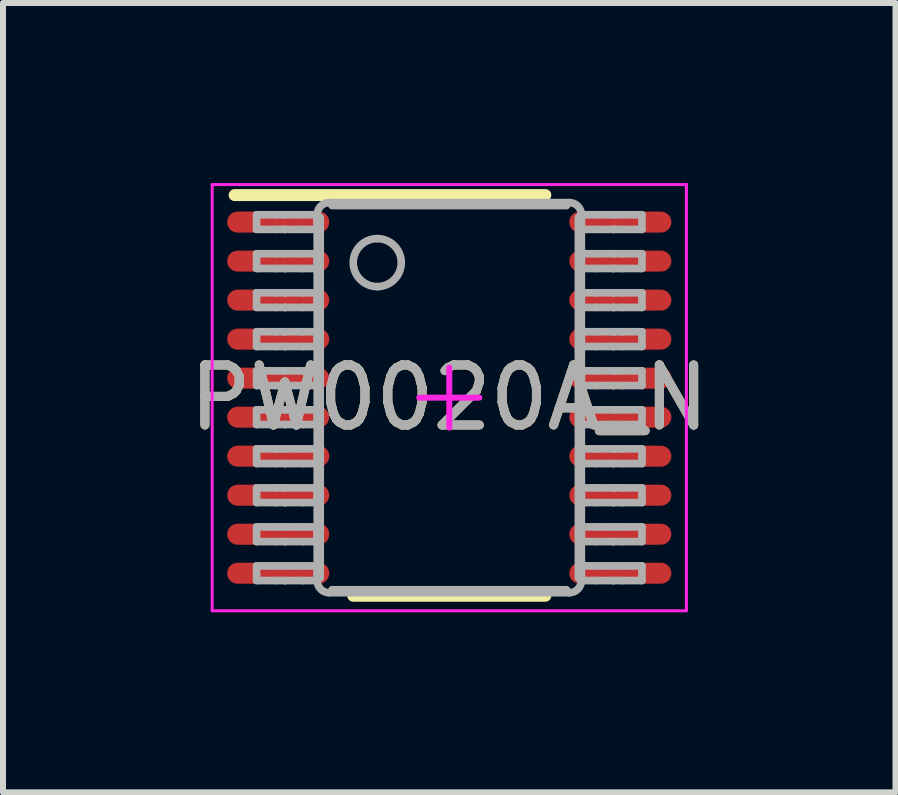
<source format=kicad_pcb>
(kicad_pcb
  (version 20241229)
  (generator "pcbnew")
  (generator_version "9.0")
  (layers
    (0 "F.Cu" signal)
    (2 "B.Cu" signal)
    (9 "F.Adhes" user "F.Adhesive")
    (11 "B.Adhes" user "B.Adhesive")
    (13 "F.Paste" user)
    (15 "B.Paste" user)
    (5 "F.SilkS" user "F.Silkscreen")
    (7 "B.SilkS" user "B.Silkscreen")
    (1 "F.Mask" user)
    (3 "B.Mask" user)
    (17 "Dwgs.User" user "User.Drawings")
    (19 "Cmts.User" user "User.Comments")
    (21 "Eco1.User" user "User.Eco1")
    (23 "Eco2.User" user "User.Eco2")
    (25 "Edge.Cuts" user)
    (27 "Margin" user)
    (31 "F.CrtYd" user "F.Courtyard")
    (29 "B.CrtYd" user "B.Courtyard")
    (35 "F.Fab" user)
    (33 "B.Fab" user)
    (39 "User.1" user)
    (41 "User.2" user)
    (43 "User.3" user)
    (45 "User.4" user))
  (footprint "PW0020A_N"
    (layer "F.Cu")
    (at 4.435 3.575)
    (property "Reference" "PW0020A_N" (at 0 0 0) (unlocked yes) (layer "F.SilkS") (effects (font (size 1 1) (thickness 0.15))))
    (attr smd)
    (fp_line (start -3.575 -3.375) (end 1.6 -3.375) (stroke (width 0.2) (type solid)) (layer "F.SilkS"))
    (fp_line (start -1.6 3.3) (end 1.6 3.3) (stroke (width 0.2) (type solid)) (layer "F.SilkS"))
    (fp_line (start -3.95 -3.55) (end 3.95 -3.55) (stroke (width 0.05) (type solid)) (layer "F.CrtYd"))
    (fp_line (start -3.95 3.55) (end -3.95 -3.55) (stroke (width 0.05) (type solid)) (layer "F.CrtYd"))
    (fp_line (start -3.95 3.55) (end 3.95 3.55) (stroke (width 0.05) (type solid)) (layer "F.CrtYd"))
    (fp_line (start -0.5 0) (end 0.5 0) (stroke (width 0.1) (type solid)) (layer "F.CrtYd"))
    (fp_line (start 0 0.5) (end 0 -0.5) (stroke (width 0.1) (type solid)) (layer "F.CrtYd"))
    (fp_line (start 3.95 3.55) (end 3.95 -3.55) (stroke (width 0.05) (type solid)) (layer "F.CrtYd"))
    (fp_line (start -3.21 -3.047) (end -2.887 -3.047) (stroke (width 0.127) (type solid)) (layer "F.Fab"))
    (fp_line (start -3.21 -2.803) (end -3.21 -3.047) (stroke (width 0.127) (type solid)) (layer "F.Fab"))
    (fp_line (start -3.21 -2.803) (end -2.887 -2.803) (stroke (width 0.127) (type solid)) (layer "F.Fab"))
    (fp_line (start -3.21 -2.398) (end -2.887 -2.398) (stroke (width 0.127) (type solid)) (layer "F.Fab"))
    (fp_line (start -3.21 -2.152) (end -3.21 -2.398) (stroke (width 0.127) (type solid)) (layer "F.Fab"))
    (fp_line (start -3.21 -2.152) (end -2.887 -2.152) (stroke (width 0.127) (type solid)) (layer "F.Fab"))
    (fp_line (start -3.21 -1.747) (end -2.887 -1.747) (stroke (width 0.127) (type solid)) (layer "F.Fab"))
    (fp_line (start -3.21 -1.503) (end -3.21 -1.747) (stroke (width 0.127) (type solid)) (layer "F.Fab"))
    (fp_line (start -3.21 -1.503) (end -2.887 -1.503) (stroke (width 0.127) (type solid)) (layer "F.Fab"))
    (fp_line (start -3.21 -1.098) (end -2.887 -1.098) (stroke (width 0.127) (type solid)) (layer "F.Fab"))
    (fp_line (start -3.21 -0.852) (end -3.21 -1.098) (stroke (width 0.127) (type solid)) (layer "F.Fab"))
    (fp_line (start -3.21 -0.852) (end -2.887 -0.852) (stroke (width 0.127) (type solid)) (layer "F.Fab"))
    (fp_line (start -3.21 -0.447) (end -2.887 -0.447) (stroke (width 0.127) (type solid)) (layer "F.Fab"))
    (fp_line (start -3.21 -0.202) (end -3.21 -0.447) (stroke (width 0.127) (type solid)) (layer "F.Fab"))
    (fp_line (start -3.21 -0.202) (end -2.887 -0.202) (stroke (width 0.127) (type solid)) (layer "F.Fab"))
    (fp_line (start -3.21 0.202) (end -2.887 0.202) (stroke (width 0.127) (type solid)) (layer "F.Fab"))
    (fp_line (start -3.21 0.448) (end -3.21 0.202) (stroke (width 0.127) (type solid)) (layer "F.Fab"))
    (fp_line (start -3.21 0.448) (end -2.887 0.448) (stroke (width 0.127) (type solid)) (layer "F.Fab"))
    (fp_line (start -3.21 0.853) (end -2.887 0.853) (stroke (width 0.127) (type solid)) (layer "F.Fab"))
    (fp_line (start -3.21 1.098) (end -3.21 0.853) (stroke (width 0.127) (type solid)) (layer "F.Fab"))
    (fp_line (start -3.21 1.098) (end -2.887 1.098) (stroke (width 0.127) (type solid)) (layer "F.Fab"))
    (fp_line (start -3.21 1.503) (end -2.887 1.503) (stroke (width 0.127) (type solid)) (layer "F.Fab"))
    (fp_line (start -3.21 1.748) (end -3.21 1.503) (stroke (width 0.127) (type solid)) (layer "F.Fab"))
    (fp_line (start -3.21 1.748) (end -2.887 1.748) (stroke (width 0.127) (type solid)) (layer "F.Fab"))
    (fp_line (start -3.21 2.153) (end -2.887 2.153) (stroke (width 0.127) (type solid)) (layer "F.Fab"))
    (fp_line (start -3.21 2.398) (end -3.21 2.153) (stroke (width 0.127) (type solid)) (layer "F.Fab"))
    (fp_line (start -3.21 2.398) (end -2.887 2.398) (stroke (width 0.127) (type solid)) (layer "F.Fab"))
    (fp_line (start -3.21 2.803) (end -2.887 2.803) (stroke (width 0.127) (type solid)) (layer "F.Fab"))
    (fp_line (start -3.21 3.047) (end -3.21 2.803) (stroke (width 0.127) (type solid)) (layer "F.Fab"))
    (fp_line (start -3.21 3.047) (end -2.887 3.047) (stroke (width 0.127) (type solid)) (layer "F.Fab"))
    (fp_line (start -2.887 -3.047) (end -2.739 -3.047) (stroke (width 0.127) (type solid)) (layer "F.Fab"))
    (fp_line (start -2.887 -2.803) (end -2.739 -2.803) (stroke (width 0.127) (type solid)) (layer "F.Fab"))
    (fp_line (start -2.887 -2.398) (end -2.739 -2.398) (stroke (width 0.127) (type solid)) (layer "F.Fab"))
    (fp_line (start -2.887 -2.152) (end -2.739 -2.152) (stroke (width 0.127) (type solid)) (layer "F.Fab"))
    (fp_line (start -2.887 -1.747) (end -2.739 -1.747) (stroke (width 0.127) (type solid)) (layer "F.Fab"))
    (fp_line (start -2.887 -1.503) (end -2.739 -1.503) (stroke (width 0.127) (type solid)) (layer "F.Fab"))
    (fp_line (start -2.887 -1.098) (end -2.739 -1.098) (stroke (width 0.127) (type solid)) (layer "F.Fab"))
    (fp_line (start -2.887 -0.852) (end -2.739 -0.852) (stroke (width 0.127) (type solid)) (layer "F.Fab"))
    (fp_line (start -2.887 -0.447) (end -2.739 -0.447) (stroke (width 0.127) (type solid)) (layer "F.Fab"))
    (fp_line (start -2.887 -0.202) (end -2.739 -0.202) (stroke (width 0.127) (type solid)) (layer "F.Fab"))
    (fp_line (start -2.887 0.202) (end -2.739 0.202) (stroke (width 0.127) (type solid)) (layer "F.Fab"))
    (fp_line (start -2.887 0.448) (end -2.739 0.448) (stroke (width 0.127) (type solid)) (layer "F.Fab"))
    (fp_line (start -2.887 0.853) (end -2.739 0.853) (stroke (width 0.127) (type solid)) (layer "F.Fab"))
    (fp_line (start -2.887 1.098) (end -2.739 1.098) (stroke (width 0.127) (type solid)) (layer "F.Fab"))
    (fp_line (start -2.887 1.503) (end -2.739 1.503) (stroke (width 0.127) (type solid)) (layer "F.Fab"))
    (fp_line (start -2.887 1.748) (end -2.739 1.748) (stroke (width 0.127) (type solid)) (layer "F.Fab"))
    (fp_line (start -2.887 2.153) (end -2.739 2.153) (stroke (width 0.127) (type solid)) (layer "F.Fab"))
    (fp_line (start -2.887 2.398) (end -2.739 2.398) (stroke (width 0.127) (type solid)) (layer "F.Fab"))
    (fp_line (start -2.887 2.803) (end -2.739 2.803) (stroke (width 0.127) (type solid)) (layer "F.Fab"))
    (fp_line (start -2.887 3.047) (end -2.739 3.047) (stroke (width 0.127) (type solid)) (layer "F.Fab"))
    (fp_line (start -2.739 -3.047) (end -2.733 -3.047) (stroke (width 0.127) (type solid)) (layer "F.Fab"))
    (fp_line (start -2.739 -2.803) (end -2.733 -2.803) (stroke (width 0.127) (type solid)) (layer "F.Fab"))
    (fp_line (start -2.739 -2.398) (end -2.733 -2.398) (stroke (width 0.127) (type solid)) (layer "F.Fab"))
    (fp_line (start -2.739 -2.152) (end -2.733 -2.152) (stroke (width 0.127) (type solid)) (layer "F.Fab"))
    (fp_line (start -2.739 -1.747) (end -2.733 -1.747) (stroke (width 0.127) (type solid)) (layer "F.Fab"))
    (fp_line (start -2.739 -1.503) (end -2.733 -1.503) (stroke (width 0.127) (type solid)) (layer "F.Fab"))
    (fp_line (start -2.739 -1.098) (end -2.733 -1.098) (stroke (width 0.127) (type solid)) (layer "F.Fab"))
    (fp_line (start -2.739 -0.852) (end -2.733 -0.852) (stroke (width 0.127) (type solid)) (layer "F.Fab"))
    (fp_line (start -2.739 -0.447) (end -2.733 -0.447) (stroke (width 0.127) (type solid)) (layer "F.Fab"))
    (fp_line (start -2.739 -0.202) (end -2.733 -0.202) (stroke (width 0.127) (type solid)) (layer "F.Fab"))
    (fp_line (start -2.739 0.202) (end -2.733 0.202) (stroke (width 0.127) (type solid)) (layer "F.Fab"))
    (fp_line (start -2.739 0.448) (end -2.733 0.448) (stroke (width 0.127) (type solid)) (layer "F.Fab"))
    (fp_line (start -2.739 0.853) (end -2.733 0.853) (stroke (width 0.127) (type solid)) (layer "F.Fab"))
    (fp_line (start -2.739 1.098) (end -2.733 1.098) (stroke (width 0.127) (type solid)) (layer "F.Fab"))
    (fp_line (start -2.739 1.503) (end -2.733 1.503) (stroke (width 0.127) (type solid)) (layer "F.Fab"))
    (fp_line (start -2.739 1.748) (end -2.733 1.748) (stroke (width 0.127) (type solid)) (layer "F.Fab"))
    (fp_line (start -2.739 2.153) (end -2.733 2.153) (stroke (width 0.127) (type solid)) (layer "F.Fab"))
    (fp_line (start -2.739 2.398) (end -2.733 2.398) (stroke (width 0.127) (type solid)) (layer "F.Fab"))
    (fp_line (start -2.739 2.803) (end -2.733 2.803) (stroke (width 0.127) (type solid)) (layer "F.Fab"))
    (fp_line (start -2.739 3.047) (end -2.733 3.047) (stroke (width 0.127) (type solid)) (layer "F.Fab"))
    (fp_line (start -2.733 -3.047) (end -2.431 -3.047) (stroke (width 0.127) (type solid)) (layer "F.Fab"))
    (fp_line (start -2.733 -2.803) (end -2.431 -2.803) (stroke (width 0.127) (type solid)) (layer "F.Fab"))
    (fp_line (start -2.733 -2.398) (end -2.431 -2.398) (stroke (width 0.127) (type solid)) (layer "F.Fab"))
    (fp_line (start -2.733 -2.152) (end -2.431 -2.152) (stroke (width 0.127) (type solid)) (layer "F.Fab"))
    (fp_line (start -2.733 -1.747) (end -2.431 -1.747) (stroke (width 0.127) (type solid)) (layer "F.Fab"))
    (fp_line (start -2.733 -1.503) (end -2.431 -1.503) (stroke (width 0.127) (type solid)) (layer "F.Fab"))
    (fp_line (start -2.733 -1.098) (end -2.431 -1.098) (stroke (width 0.127) (type solid)) (layer "F.Fab"))
    (fp_line (start -2.733 -0.852) (end -2.431 -0.852) (stroke (width 0.127) (type solid)) (layer "F.Fab"))
    (fp_line (start -2.733 -0.447) (end -2.431 -0.447) (stroke (width 0.127) (type solid)) (layer "F.Fab"))
    (fp_line (start -2.733 -0.202) (end -2.431 -0.202) (stroke (width 0.127) (type solid)) (layer "F.Fab"))
    (fp_line (start -2.733 0.202) (end -2.431 0.202) (stroke (width 0.127) (type solid)) (layer "F.Fab"))
    (fp_line (start -2.733 0.448) (end -2.431 0.448) (stroke (width 0.127) (type solid)) (layer "F.Fab"))
    (fp_line (start -2.733 0.853) (end -2.431 0.853) (stroke (width 0.127) (type solid)) (layer "F.Fab"))
    (fp_line (start -2.733 1.098) (end -2.431 1.098) (stroke (width 0.127) (type solid)) (layer "F.Fab"))
    (fp_line (start -2.733 1.503) (end -2.431 1.503) (stroke (width 0.127) (type solid)) (layer "F.Fab"))
    (fp_line (start -2.733 1.748) (end -2.431 1.748) (stroke (width 0.127) (type solid)) (layer "F.Fab"))
    (fp_line (start -2.733 2.153) (end -2.431 2.153) (stroke (width 0.127) (type solid)) (layer "F.Fab"))
    (fp_line (start -2.733 2.398) (end -2.431 2.398) (stroke (width 0.127) (type solid)) (layer "F.Fab"))
    (fp_line (start -2.733 2.803) (end -2.431 2.803) (stroke (width 0.127) (type solid)) (layer "F.Fab"))
    (fp_line (start -2.733 3.047) (end -2.431 3.047) (stroke (width 0.127) (type solid)) (layer "F.Fab"))
    (fp_line (start -2.431 -3.047) (end -2.2 -3.047) (stroke (width 0.127) (type solid)) (layer "F.Fab"))
    (fp_line (start -2.431 -2.803) (end -2.2 -2.803) (stroke (width 0.127) (type solid)) (layer "F.Fab"))
    (fp_line (start -2.431 -2.398) (end -2.2 -2.398) (stroke (width 0.127) (type solid)) (layer "F.Fab"))
    (fp_line (start -2.431 -2.152) (end -2.2 -2.152) (stroke (width 0.127) (type solid)) (layer "F.Fab"))
    (fp_line (start -2.431 -1.747) (end -2.2 -1.747) (stroke (width 0.127) (type solid)) (layer "F.Fab"))
    (fp_line (start -2.431 -1.503) (end -2.2 -1.503) (stroke (width 0.127) (type solid)) (layer "F.Fab"))
    (fp_line (start -2.431 -1.098) (end -2.2 -1.098) (stroke (width 0.127) (type solid)) (layer "F.Fab"))
    (fp_line (start -2.431 -0.852) (end -2.2 -0.852) (stroke (width 0.127) (type solid)) (layer "F.Fab"))
    (fp_line (start -2.431 -0.447) (end -2.2 -0.447) (stroke (width 0.127) (type solid)) (layer "F.Fab"))
    (fp_line (start -2.431 -0.202) (end -2.2 -0.202) (stroke (width 0.127) (type solid)) (layer "F.Fab"))
    (fp_line (start -2.431 0.202) (end -2.2 0.202) (stroke (width 0.127) (type solid)) (layer "F.Fab"))
    (fp_line (start -2.431 0.448) (end -2.2 0.448) (stroke (width 0.127) (type solid)) (layer "F.Fab"))
    (fp_line (start -2.431 0.853) (end -2.2 0.853) (stroke (width 0.127) (type solid)) (layer "F.Fab"))
    (fp_line (start -2.431 1.098) (end -2.2 1.098) (stroke (width 0.127) (type solid)) (layer "F.Fab"))
    (fp_line (start -2.431 1.503) (end -2.2 1.503) (stroke (width 0.127) (type solid)) (layer "F.Fab"))
    (fp_line (start -2.431 1.748) (end -2.2 1.748) (stroke (width 0.127) (type solid)) (layer "F.Fab"))
    (fp_line (start -2.431 2.153) (end -2.2 2.153) (stroke (width 0.127) (type solid)) (layer "F.Fab"))
    (fp_line (start -2.431 2.398) (end -2.2 2.398) (stroke (width 0.127) (type solid)) (layer "F.Fab"))
    (fp_line (start -2.431 2.803) (end -2.2 2.803) (stroke (width 0.127) (type solid)) (layer "F.Fab"))
    (fp_line (start -2.431 3.047) (end -2.2 3.047) (stroke (width 0.127) (type solid)) (layer "F.Fab"))
    (fp_line (start -2.2 -2.803) (end -2.2 -3.047) (stroke (width 0.127) (type solid)) (layer "F.Fab"))
    (fp_line (start -2.2 -2.152) (end -2.2 -2.398) (stroke (width 0.127) (type solid)) (layer "F.Fab"))
    (fp_line (start -2.2 -1.503) (end -2.2 -1.747) (stroke (width 0.127) (type solid)) (layer "F.Fab"))
    (fp_line (start -2.2 -0.852) (end -2.2 -1.098) (stroke (width 0.127) (type solid)) (layer "F.Fab"))
    (fp_line (start -2.2 -0.202) (end -2.2 -0.447) (stroke (width 0.127) (type solid)) (layer "F.Fab"))
    (fp_line (start -2.2 0.448) (end -2.2 0.202) (stroke (width 0.127) (type solid)) (layer "F.Fab"))
    (fp_line (start -2.2 1.098) (end -2.2 0.853) (stroke (width 0.127) (type solid)) (layer "F.Fab"))
    (fp_line (start -2.2 1.748) (end -2.2 1.503) (stroke (width 0.127) (type solid)) (layer "F.Fab"))
    (fp_line (start -2.2 2.398) (end -2.2 2.153) (stroke (width 0.127) (type solid)) (layer "F.Fab"))
    (fp_line (start -2.2 3.047) (end -2.2 2.803) (stroke (width 0.127) (type solid)) (layer "F.Fab"))
    (fp_line (start -2.2 3.05) (end -2.2 -3.05) (stroke (width 0.127) (type solid)) (layer "F.Fab"))
    (fp_line (start -2.15 3.004) (end -2.15 -3.004) (stroke (width 0.127) (type solid)) (layer "F.Fab"))
    (fp_line (start -2 -3.25) (end 2 -3.25) (stroke (width 0.127) (type solid)) (layer "F.Fab"))
    (fp_line (start -2 3.25) (end 2 3.25) (stroke (width 0.127) (type solid)) (layer "F.Fab"))
    (fp_line (start -1.954 -3.2) (end 1.954 -3.2) (stroke (width 0.127) (type solid)) (layer "F.Fab"))
    (fp_line (start -1.954 3.2) (end 1.954 3.2) (stroke (width 0.127) (type solid)) (layer "F.Fab"))
    (fp_line (start 2.15 3.004) (end 2.15 -3.004) (stroke (width 0.127) (type solid)) (layer "F.Fab"))
    (fp_line (start 2.2 -3.047) (end 2.43 -3.047) (stroke (width 0.127) (type solid)) (layer "F.Fab"))
    (fp_line (start 2.2 -2.803) (end 2.2 -3.047) (stroke (width 0.127) (type solid)) (layer "F.Fab"))
    (fp_line (start 2.2 -2.803) (end 2.43 -2.803) (stroke (width 0.127) (type solid)) (layer "F.Fab"))
    (fp_line (start 2.2 -2.398) (end 2.43 -2.398) (stroke (width 0.127) (type solid)) (layer "F.Fab"))
    (fp_line (start 2.2 -2.152) (end 2.2 -2.398) (stroke (width 0.127) (type solid)) (layer "F.Fab"))
    (fp_line (start 2.2 -2.152) (end 2.43 -2.152) (stroke (width 0.127) (type solid)) (layer "F.Fab"))
    (fp_line (start 2.2 -1.747) (end 2.43 -1.747) (stroke (width 0.127) (type solid)) (layer "F.Fab"))
    (fp_line (start 2.2 -1.503) (end 2.2 -1.747) (stroke (width 0.127) (type solid)) (layer "F.Fab"))
    (fp_line (start 2.2 -1.503) (end 2.43 -1.503) (stroke (width 0.127) (type solid)) (layer "F.Fab"))
    (fp_line (start 2.2 -1.098) (end 2.43 -1.098) (stroke (width 0.127) (type solid)) (layer "F.Fab"))
    (fp_line (start 2.2 -0.852) (end 2.2 -1.098) (stroke (width 0.127) (type solid)) (layer "F.Fab"))
    (fp_line (start 2.2 -0.852) (end 2.43 -0.852) (stroke (width 0.127) (type solid)) (layer "F.Fab"))
    (fp_line (start 2.2 -0.447) (end 2.43 -0.447) (stroke (width 0.127) (type solid)) (layer "F.Fab"))
    (fp_line (start 2.2 -0.202) (end 2.2 -0.447) (stroke (width 0.127) (type solid)) (layer "F.Fab"))
    (fp_line (start 2.2 -0.202) (end 2.43 -0.202) (stroke (width 0.127) (type solid)) (layer "F.Fab"))
    (fp_line (start 2.2 0.202) (end 2.43 0.202) (stroke (width 0.127) (type solid)) (layer "F.Fab"))
    (fp_line (start 2.2 0.448) (end 2.2 0.202) (stroke (width 0.127) (type solid)) (layer "F.Fab"))
    (fp_line (start 2.2 0.448) (end 2.43 0.448) (stroke (width 0.127) (type solid)) (layer "F.Fab"))
    (fp_line (start 2.2 0.853) (end 2.43 0.853) (stroke (width 0.127) (type solid)) (layer "F.Fab"))
    (fp_line (start 2.2 1.098) (end 2.2 0.853) (stroke (width 0.127) (type solid)) (layer "F.Fab"))
    (fp_line (start 2.2 1.098) (end 2.43 1.098) (stroke (width 0.127) (type solid)) (layer "F.Fab"))
    (fp_line (start 2.2 1.503) (end 2.43 1.503) (stroke (width 0.127) (type solid)) (layer "F.Fab"))
    (fp_line (start 2.2 1.748) (end 2.2 1.503) (stroke (width 0.127) (type solid)) (layer "F.Fab"))
    (fp_line (start 2.2 1.748) (end 2.43 1.748) (stroke (width 0.127) (type solid)) (layer "F.Fab"))
    (fp_line (start 2.2 2.153) (end 2.43 2.153) (stroke (width 0.127) (type solid)) (layer "F.Fab"))
    (fp_line (start 2.2 2.398) (end 2.2 2.153) (stroke (width 0.127) (type solid)) (layer "F.Fab"))
    (fp_line (start 2.2 2.398) (end 2.43 2.398) (stroke (width 0.127) (type solid)) (layer "F.Fab"))
    (fp_line (start 2.2 2.803) (end 2.43 2.803) (stroke (width 0.127) (type solid)) (layer "F.Fab"))
    (fp_line (start 2.2 3.047) (end 2.2 2.803) (stroke (width 0.127) (type solid)) (layer "F.Fab"))
    (fp_line (start 2.2 3.047) (end 2.43 3.047) (stroke (width 0.127) (type solid)) (layer "F.Fab"))
    (fp_line (start 2.2 3.05) (end 2.2 -3.05) (stroke (width 0.127) (type solid)) (layer "F.Fab"))
    (fp_line (start 2.43 -3.047) (end 2.733 -3.047) (stroke (width 0.127) (type solid)) (layer "F.Fab"))
    (fp_line (start 2.43 -2.803) (end 2.733 -2.803) (stroke (width 0.127) (type solid)) (layer "F.Fab"))
    (fp_line (start 2.43 -2.398) (end 2.733 -2.398) (stroke (width 0.127) (type solid)) (layer "F.Fab"))
    (fp_line (start 2.43 -2.152) (end 2.733 -2.152) (stroke (width 0.127) (type solid)) (layer "F.Fab"))
    (fp_line (start 2.43 -1.747) (end 2.733 -1.747) (stroke (width 0.127) (type solid)) (layer "F.Fab"))
    (fp_line (start 2.43 -1.503) (end 2.733 -1.503) (stroke (width 0.127) (type solid)) (layer "F.Fab"))
    (fp_line (start 2.43 -1.098) (end 2.733 -1.098) (stroke (width 0.127) (type solid)) (layer "F.Fab"))
    (fp_line (start 2.43 -0.852) (end 2.733 -0.852) (stroke (width 0.127) (type solid)) (layer "F.Fab"))
    (fp_line (start 2.43 -0.447) (end 2.733 -0.447) (stroke (width 0.127) (type solid)) (layer "F.Fab"))
    (fp_line (start 2.43 -0.202) (end 2.733 -0.202) (stroke (width 0.127) (type solid)) (layer "F.Fab"))
    (fp_line (start 2.43 0.202) (end 2.733 0.202) (stroke (width 0.127) (type solid)) (layer "F.Fab"))
    (fp_line (start 2.43 0.448) (end 2.733 0.448) (stroke (width 0.127) (type solid)) (layer "F.Fab"))
    (fp_line (start 2.43 0.853) (end 2.733 0.853) (stroke (width 0.127) (type solid)) (layer "F.Fab"))
    (fp_line (start 2.43 1.098) (end 2.733 1.098) (stroke (width 0.127) (type solid)) (layer "F.Fab"))
    (fp_line (start 2.43 1.503) (end 2.733 1.503) (stroke (width 0.127) (type solid)) (layer "F.Fab"))
    (fp_line (start 2.43 1.748) (end 2.733 1.748) (stroke (width 0.127) (type solid)) (layer "F.Fab"))
    (fp_line (start 2.43 2.153) (end 2.733 2.153) (stroke (width 0.127) (type solid)) (layer "F.Fab"))
    (fp_line (start 2.43 2.398) (end 2.733 2.398) (stroke (width 0.127) (type solid)) (layer "F.Fab"))
    (fp_line (start 2.43 2.803) (end 2.733 2.803) (stroke (width 0.127) (type solid)) (layer "F.Fab"))
    (fp_line (start 2.43 3.047) (end 2.733 3.047) (stroke (width 0.127) (type solid)) (layer "F.Fab"))
    (fp_line (start 2.733 -3.047) (end 2.739 -3.047) (stroke (width 0.127) (type solid)) (layer "F.Fab"))
    (fp_line (start 2.733 -2.803) (end 2.739 -2.803) (stroke (width 0.127) (type solid)) (layer "F.Fab"))
    (fp_line (start 2.733 -2.398) (end 2.739 -2.398) (stroke (width 0.127) (type solid)) (layer "F.Fab"))
    (fp_line (start 2.733 -2.152) (end 2.739 -2.152) (stroke (width 0.127) (type solid)) (layer "F.Fab"))
    (fp_line (start 2.733 -1.747) (end 2.739 -1.747) (stroke (width 0.127) (type solid)) (layer "F.Fab"))
    (fp_line (start 2.733 -1.503) (end 2.739 -1.503) (stroke (width 0.127) (type solid)) (layer "F.Fab"))
    (fp_line (start 2.733 -1.098) (end 2.739 -1.098) (stroke (width 0.127) (type solid)) (layer "F.Fab"))
    (fp_line (start 2.733 -0.852) (end 2.739 -0.852) (stroke (width 0.127) (type solid)) (layer "F.Fab"))
    (fp_line (start 2.733 -0.447) (end 2.739 -0.447) (stroke (width 0.127) (type solid)) (layer "F.Fab"))
    (fp_line (start 2.733 -0.202) (end 2.739 -0.202) (stroke (width 0.127) (type solid)) (layer "F.Fab"))
    (fp_line (start 2.733 0.202) (end 2.739 0.202) (stroke (width 0.127) (type solid)) (layer "F.Fab"))
    (fp_line (start 2.733 0.448) (end 2.739 0.448) (stroke (width 0.127) (type solid)) (layer "F.Fab"))
    (fp_line (start 2.733 0.853) (end 2.739 0.853) (stroke (width 0.127) (type solid)) (layer "F.Fab"))
    (fp_line (start 2.733 1.098) (end 2.739 1.098) (stroke (width 0.127) (type solid)) (layer "F.Fab"))
    (fp_line (start 2.733 1.503) (end 2.739 1.503) (stroke (width 0.127) (type solid)) (layer "F.Fab"))
    (fp_line (start 2.733 1.748) (end 2.739 1.748) (stroke (width 0.127) (type solid)) (layer "F.Fab"))
    (fp_line (start 2.733 2.153) (end 2.739 2.153) (stroke (width 0.127) (type solid)) (layer "F.Fab"))
    (fp_line (start 2.733 2.398) (end 2.739 2.398) (stroke (width 0.127) (type solid)) (layer "F.Fab"))
    (fp_line (start 2.733 2.803) (end 2.739 2.803) (stroke (width 0.127) (type solid)) (layer "F.Fab"))
    (fp_line (start 2.733 3.047) (end 2.739 3.047) (stroke (width 0.127) (type solid)) (layer "F.Fab"))
    (fp_line (start 2.739 -3.047) (end 2.887 -3.047) (stroke (width 0.127) (type solid)) (layer "F.Fab"))
    (fp_line (start 2.739 -2.803) (end 2.887 -2.803) (stroke (width 0.127) (type solid)) (layer "F.Fab"))
    (fp_line (start 2.739 -2.398) (end 2.887 -2.398) (stroke (width 0.127) (type solid)) (layer "F.Fab"))
    (fp_line (start 2.739 -2.152) (end 2.887 -2.152) (stroke (width 0.127) (type solid)) (layer "F.Fab"))
    (fp_line (start 2.739 -1.747) (end 2.887 -1.747) (stroke (width 0.127) (type solid)) (layer "F.Fab"))
    (fp_line (start 2.739 -1.503) (end 2.887 -1.503) (stroke (width 0.127) (type solid)) (layer "F.Fab"))
    (fp_line (start 2.739 -1.098) (end 2.887 -1.098) (stroke (width 0.127) (type solid)) (layer "F.Fab"))
    (fp_line (start 2.739 -0.852) (end 2.887 -0.852) (stroke (width 0.127) (type solid)) (layer "F.Fab"))
    (fp_line (start 2.739 -0.447) (end 2.887 -0.447) (stroke (width 0.127) (type solid)) (layer "F.Fab"))
    (fp_line (start 2.739 -0.202) (end 2.887 -0.202) (stroke (width 0.127) (type solid)) (layer "F.Fab"))
    (fp_line (start 2.739 0.202) (end 2.887 0.202) (stroke (width 0.127) (type solid)) (layer "F.Fab"))
    (fp_line (start 2.739 0.448) (end 2.887 0.448) (stroke (width 0.127) (type solid)) (layer "F.Fab"))
    (fp_line (start 2.739 0.853) (end 2.887 0.853) (stroke (width 0.127) (type solid)) (layer "F.Fab"))
    (fp_line (start 2.739 1.098) (end 2.887 1.098) (stroke (width 0.127) (type solid)) (layer "F.Fab"))
    (fp_line (start 2.739 1.503) (end 2.887 1.503) (stroke (width 0.127) (type solid)) (layer "F.Fab"))
    (fp_line (start 2.739 1.748) (end 2.887 1.748) (stroke (width 0.127) (type solid)) (layer "F.Fab"))
    (fp_line (start 2.739 2.153) (end 2.887 2.153) (stroke (width 0.127) (type solid)) (layer "F.Fab"))
    (fp_line (start 2.739 2.398) (end 2.887 2.398) (stroke (width 0.127) (type solid)) (layer "F.Fab"))
    (fp_line (start 2.739 2.803) (end 2.887 2.803) (stroke (width 0.127) (type solid)) (layer "F.Fab"))
    (fp_line (start 2.739 3.047) (end 2.887 3.047) (stroke (width 0.127) (type solid)) (layer "F.Fab"))
    (fp_line (start 2.887 -3.047) (end 3.21 -3.047) (stroke (width 0.127) (type solid)) (layer "F.Fab"))
    (fp_line (start 2.887 -2.803) (end 3.21 -2.803) (stroke (width 0.127) (type solid)) (layer "F.Fab"))
    (fp_line (start 2.887 -2.398) (end 3.21 -2.398) (stroke (width 0.127) (type solid)) (layer "F.Fab"))
    (fp_line (start 2.887 -2.152) (end 3.21 -2.152) (stroke (width 0.127) (type solid)) (layer "F.Fab"))
    (fp_line (start 2.887 -1.747) (end 3.21 -1.747) (stroke (width 0.127) (type solid)) (layer "F.Fab"))
    (fp_line (start 2.887 -1.503) (end 3.21 -1.503) (stroke (width 0.127) (type solid)) (layer "F.Fab"))
    (fp_line (start 2.887 -1.098) (end 3.21 -1.098) (stroke (width 0.127) (type solid)) (layer "F.Fab"))
    (fp_line (start 2.887 -0.852) (end 3.21 -0.852) (stroke (width 0.127) (type solid)) (layer "F.Fab"))
    (fp_line (start 2.887 -0.447) (end 3.21 -0.447) (stroke (width 0.127) (type solid)) (layer "F.Fab"))
    (fp_line (start 2.887 -0.202) (end 3.21 -0.202) (stroke (width 0.127) (type solid)) (layer "F.Fab"))
    (fp_line (start 2.887 0.202) (end 3.21 0.202) (stroke (width 0.127) (type solid)) (layer "F.Fab"))
    (fp_line (start 2.887 0.448) (end 3.21 0.448) (stroke (width 0.127) (type solid)) (layer "F.Fab"))
    (fp_line (start 2.887 0.853) (end 3.21 0.853) (stroke (width 0.127) (type solid)) (layer "F.Fab"))
    (fp_line (start 2.887 1.098) (end 3.21 1.098) (stroke (width 0.127) (type solid)) (layer "F.Fab"))
    (fp_line (start 2.887 1.503) (end 3.21 1.503) (stroke (width 0.127) (type solid)) (layer "F.Fab"))
    (fp_line (start 2.887 1.748) (end 3.21 1.748) (stroke (width 0.127) (type solid)) (layer "F.Fab"))
    (fp_line (start 2.887 2.153) (end 3.21 2.153) (stroke (width 0.127) (type solid)) (layer "F.Fab"))
    (fp_line (start 2.887 2.398) (end 3.21 2.398) (stroke (width 0.127) (type solid)) (layer "F.Fab"))
    (fp_line (start 2.887 2.803) (end 3.21 2.803) (stroke (width 0.127) (type solid)) (layer "F.Fab"))
    (fp_line (start 2.887 3.047) (end 3.21 3.047) (stroke (width 0.127) (type solid)) (layer "F.Fab"))
    (fp_line (start 3.21 -2.803) (end 3.21 -3.047) (stroke (width 0.127) (type solid)) (layer "F.Fab"))
    (fp_line (start 3.21 -2.152) (end 3.21 -2.398) (stroke (width 0.127) (type solid)) (layer "F.Fab"))
    (fp_line (start 3.21 -1.503) (end 3.21 -1.747) (stroke (width 0.127) (type solid)) (layer "F.Fab"))
    (fp_line (start 3.21 -0.852) (end 3.21 -1.098) (stroke (width 0.127) (type solid)) (layer "F.Fab"))
    (fp_line (start 3.21 -0.202) (end 3.21 -0.447) (stroke (width 0.127) (type solid)) (layer "F.Fab"))
    (fp_line (start 3.21 0.448) (end 3.21 0.202) (stroke (width 0.127) (type solid)) (layer "F.Fab"))
    (fp_line (start 3.21 1.098) (end 3.21 0.853) (stroke (width 0.127) (type solid)) (layer "F.Fab"))
    (fp_line (start 3.21 1.748) (end 3.21 1.503) (stroke (width 0.127) (type solid)) (layer "F.Fab"))
    (fp_line (start 3.21 2.398) (end 3.21 2.153) (stroke (width 0.127) (type solid)) (layer "F.Fab"))
    (fp_line (start 3.21 3.047) (end 3.21 2.803) (stroke (width 0.127) (type solid)) (layer "F.Fab"))
    (fp_arc (start -2.200026 -3.050001) (mid -2.141435 -3.191428) (end -2.000001 -3.250001) (stroke (width 0.127) (type solid)) (layer "F.Fab"))
    (fp_arc (start -2.000001 3.250011) (mid -2.141435 3.191438) (end -2.200026 3.050012) (stroke (width 0.127) (type solid)) (layer "F.Fab"))
    (fp_arc (start -1.200003 -2.650002) (mid -0.800003 -2.250003) (end -1.200003 -1.850004) (stroke (width 0.127) (type solid)) (layer "F.Fab"))
    (fp_arc (start -1.200003 -1.850004) (mid -1.600002 -2.250003) (end -1.200003 -2.650002) (stroke (width 0.127) (type solid)) (layer "F.Fab"))
    (fp_arc (start 1.999991 -3.250001) (mid 2.141412 -3.191423) (end 2.199991 -3.050002) (stroke (width 0.127) (type solid)) (layer "F.Fab"))
    (fp_arc (start 2.199991 3.050012) (mid 2.141412 3.191433) (end 1.999991 3.250011) (stroke (width 0.127) (type solid)) (layer "F.Fab"))
    (fp_text user "${REFERENCE}" (at 0 0 0) (unlocked yes) (layer "F.Fab") (effects (font (size 1 1) (thickness 0.15))))
    (pad "1" smd oval (at -2.85 -2.925 90) (size 0.35 1.7) (layers "F.Cu" "F.Mask" "F.Paste"))
    (pad "2" smd oval (at -2.85 -2.275 90) (size 0.35 1.7) (layers "F.Cu" "F.Mask" "F.Paste"))
    (pad "3" smd oval (at -2.85 -1.625 90) (size 0.35 1.7) (layers "F.Cu" "F.Mask" "F.Paste"))
    (pad "4" smd oval (at -2.85 -0.975 90) (size 0.35 1.7) (layers "F.Cu" "F.Mask" "F.Paste"))
    (pad "5" smd oval (at -2.85 -0.325 90) (size 0.35 1.7) (layers "F.Cu" "F.Mask" "F.Paste"))
    (pad "6" smd oval (at -2.85 0.325 90) (size 0.35 1.7) (layers "F.Cu" "F.Mask" "F.Paste"))
    (pad "7" smd oval (at -2.85 0.975 90) (size 0.35 1.7) (layers "F.Cu" "F.Mask" "F.Paste"))
    (pad "8" smd oval (at -2.85 1.625 90) (size 0.35 1.7) (layers "F.Cu" "F.Mask" "F.Paste"))
    (pad "9" smd oval (at -2.85 2.275 90) (size 0.35 1.7) (layers "F.Cu" "F.Mask" "F.Paste"))
    (pad "10" smd oval (at -2.85 2.925 90) (size 0.35 1.7) (layers "F.Cu" "F.Mask" "F.Paste"))
    (pad "11" smd oval (at 2.85 2.925 90) (size 0.35 1.7) (layers "F.Cu" "F.Mask" "F.Paste"))
    (pad "12" smd oval (at 2.85 2.275 90) (size 0.35 1.7) (layers "F.Cu" "F.Mask" "F.Paste"))
    (pad "13" smd oval (at 2.85 1.625 90) (size 0.35 1.7) (layers "F.Cu" "F.Mask" "F.Paste"))
    (pad "14" smd oval (at 2.85 0.975 90) (size 0.35 1.7) (layers "F.Cu" "F.Mask" "F.Paste"))
    (pad "15" smd oval (at 2.85 0.325 90) (size 0.35 1.7) (layers "F.Cu" "F.Mask" "F.Paste"))
    (pad "16" smd oval (at 2.85 -0.325 90) (size 0.35 1.7) (layers "F.Cu" "F.Mask" "F.Paste"))
    (pad "17" smd oval (at 2.85 -0.975 90) (size 0.35 1.7) (layers "F.Cu" "F.Mask" "F.Paste"))
    (pad "18" smd oval (at 2.85 -1.625 90) (size 0.35 1.7) (layers "F.Cu" "F.Mask" "F.Paste"))
    (pad "19" smd oval (at 2.85 -2.275 90) (size 0.35 1.7) (layers "F.Cu" "F.Mask" "F.Paste"))
    (pad "20" smd oval (at 2.85 -2.925 90) (size 0.35 1.7) (layers "F.Cu" "F.Mask" "F.Paste")))
  (gr_rect
    (start -3 -3)
    (end 11.869 10.15)
    (stroke (width 0.1) (type default))
    (fill no)
    (layer "Edge.Cuts")))
</source>
